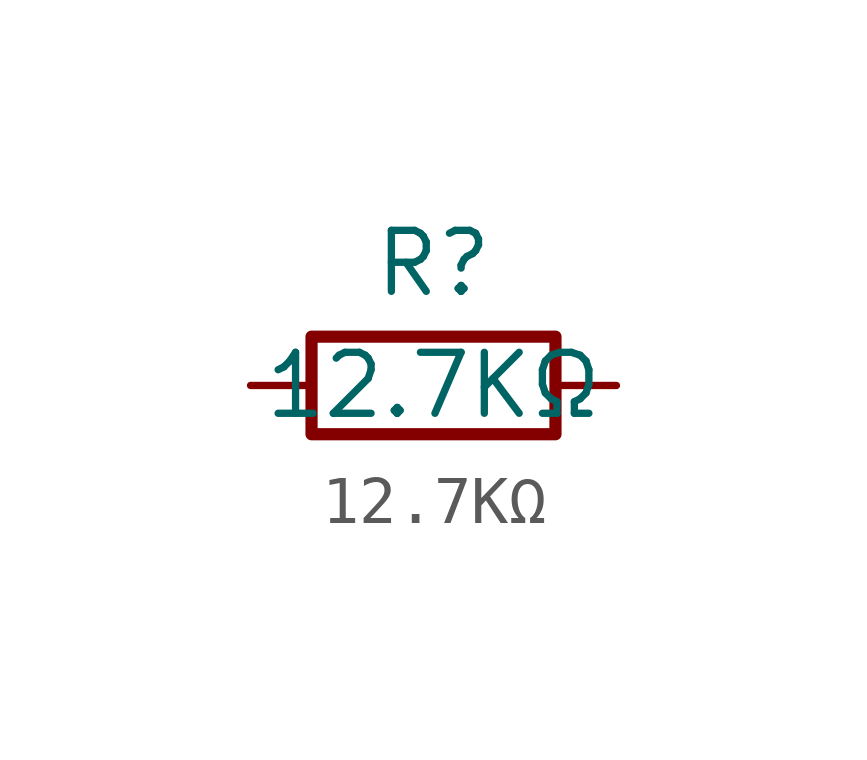
<source format=kicad_sym>
(kicad_symbol_lib
  (version 20241209)
  (generator "kicad_symbol_editor")
  (generator_version "9.0")
  (symbol "12.7KΩ"
    (pin_numbers
      (hide yes))
    (pin_names
      (offset 0))
    (property "Reference" "R"
      (at 0 2.54 0)
      (effects (font (size 1.27 1.27))))
    (property "Value" "12.7KΩ"
      (at 0 0 0)
      (effects (font (size 1.27 1.27))))
    (symbol "12.7KΩ_0_1"
      (rectangle (start 2.54 -1.016) (end -2.54 1.016) (stroke (width 0.254) (type solid)) (fill (type none))))
    (symbol "12.7KΩ_1_1"
      (pin passive line (at -3.81 0 0) (length 1.27) (name "~" (effects (font (size 1.27 1.27)))) (number "1" (effects (font (size 1.27 1.27)))))
      (pin passive line (at 3.81 0 180) (length 1.27) (name "~" (effects (font (size 1.27 1.27)))) (number "2" (effects (font (size 1.27 1.27))))))))
</source>
